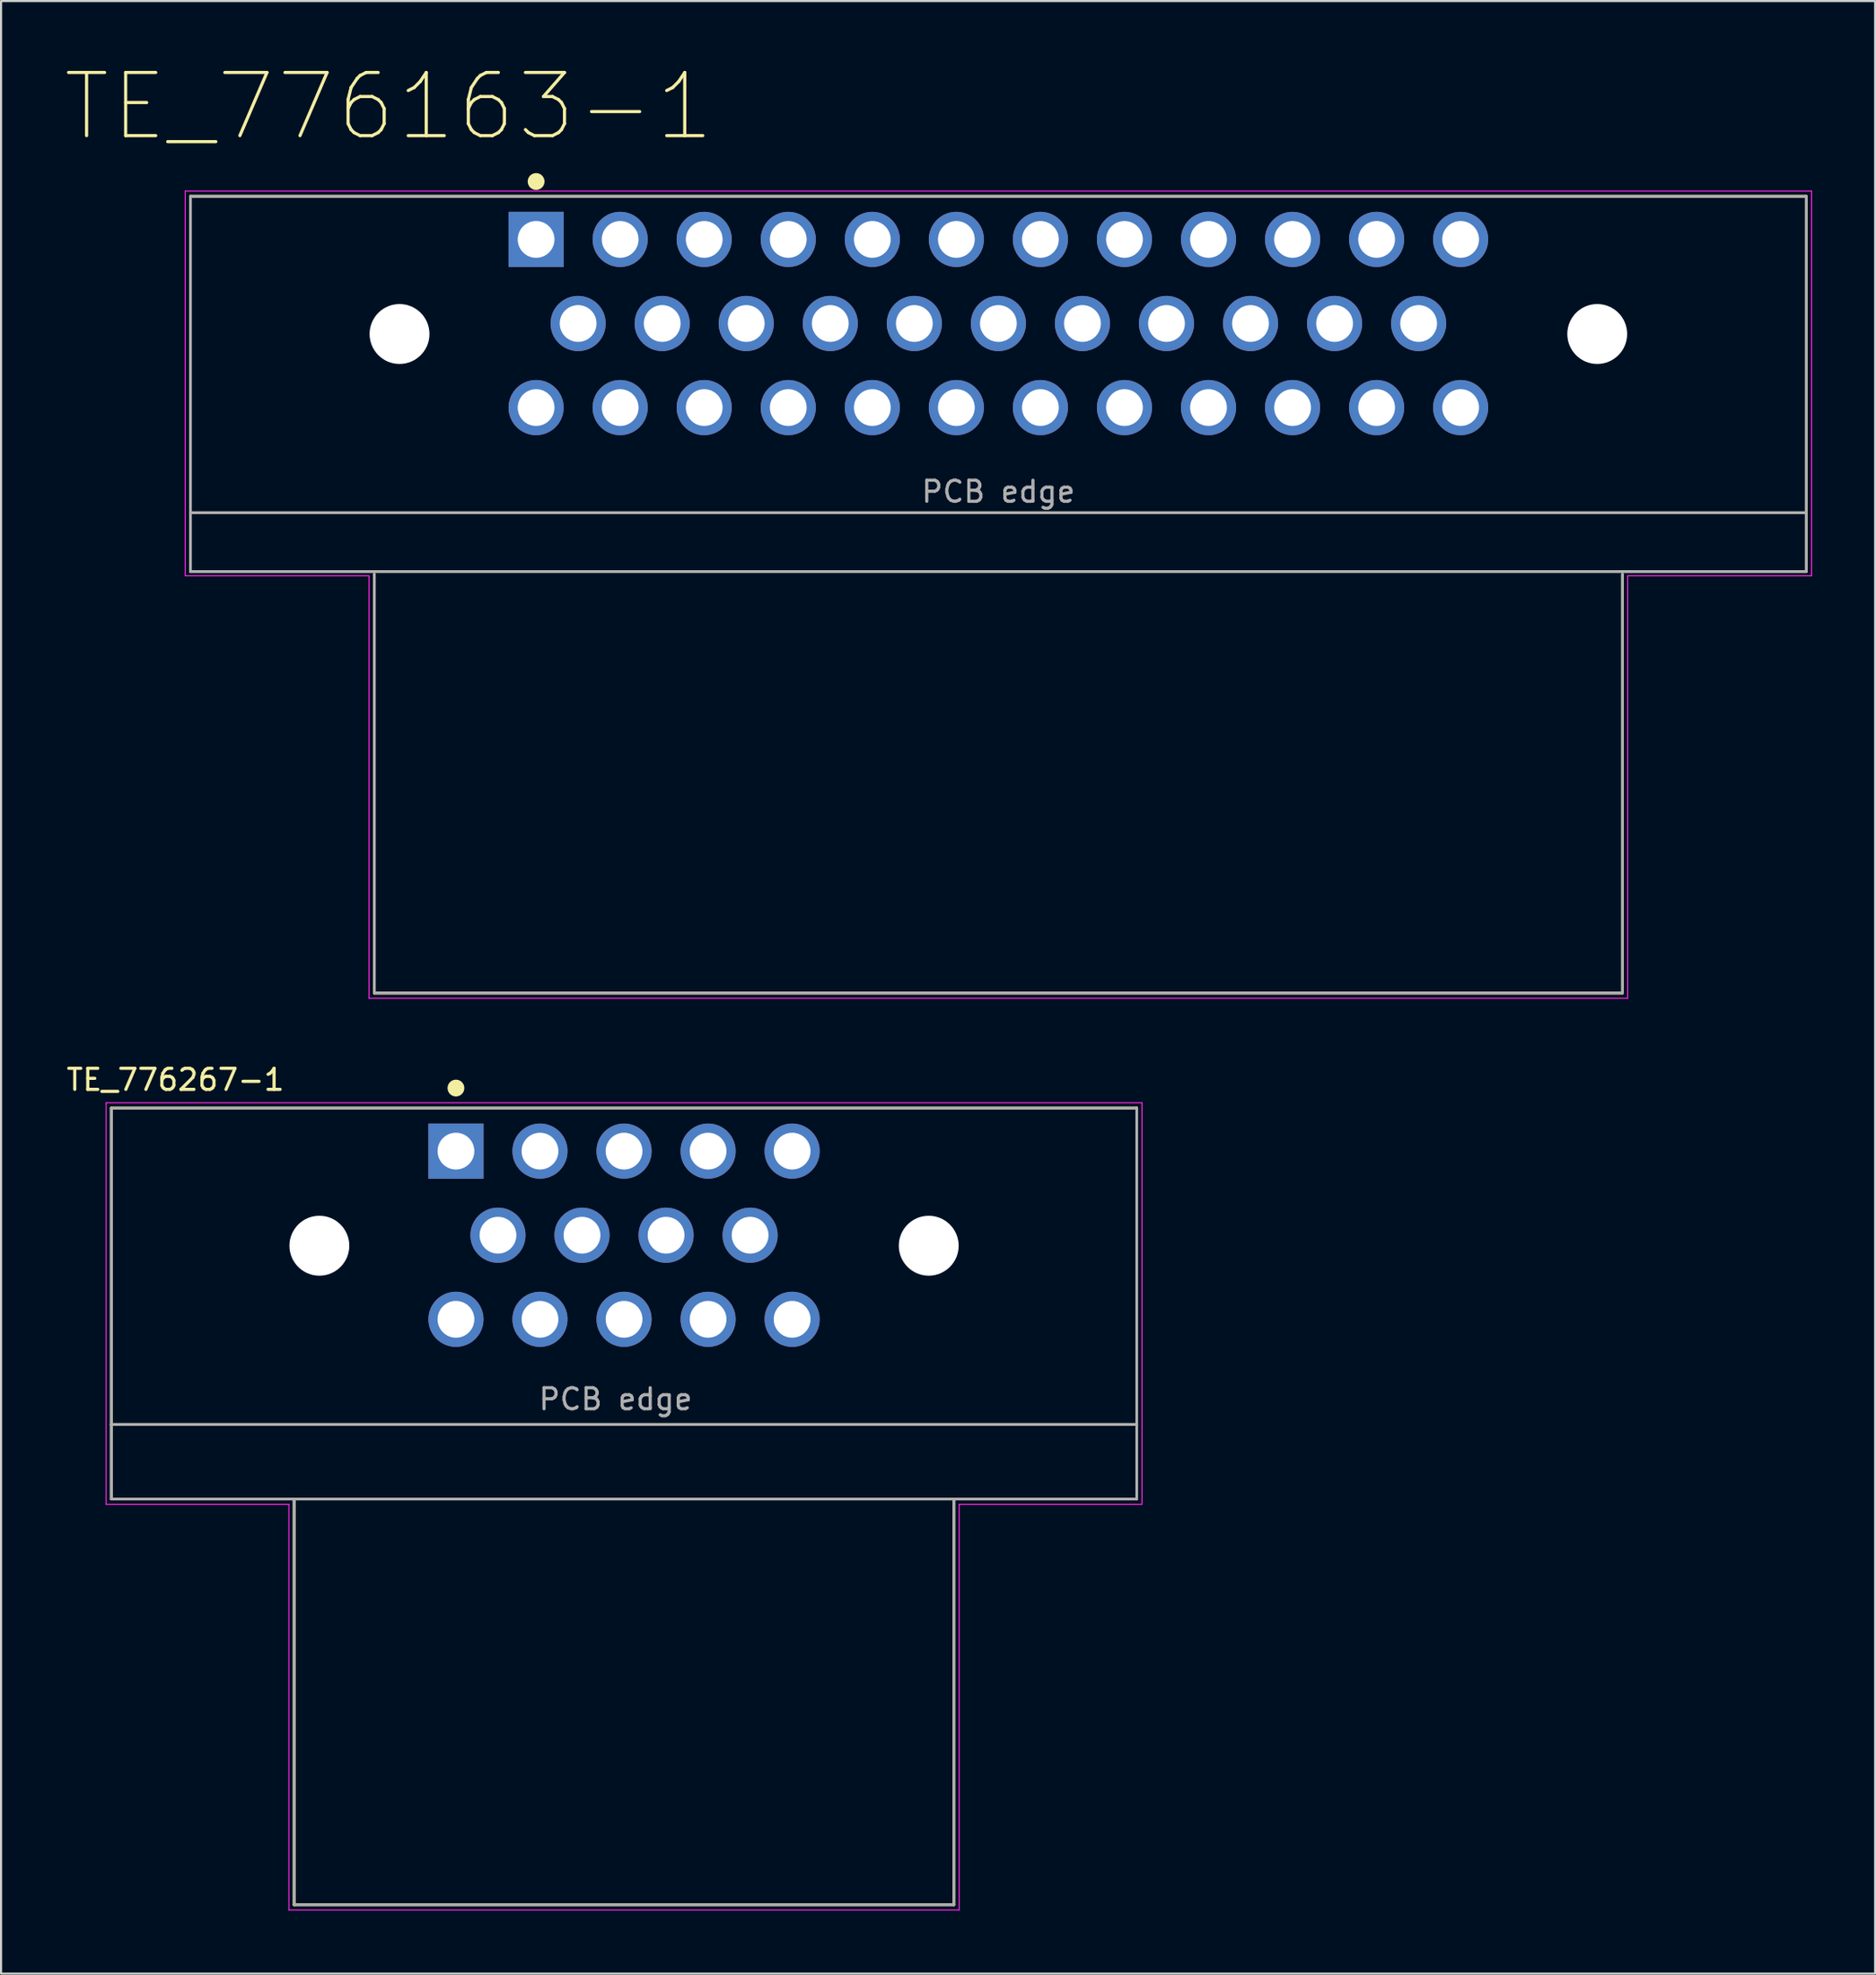
<source format=kicad_pcb>
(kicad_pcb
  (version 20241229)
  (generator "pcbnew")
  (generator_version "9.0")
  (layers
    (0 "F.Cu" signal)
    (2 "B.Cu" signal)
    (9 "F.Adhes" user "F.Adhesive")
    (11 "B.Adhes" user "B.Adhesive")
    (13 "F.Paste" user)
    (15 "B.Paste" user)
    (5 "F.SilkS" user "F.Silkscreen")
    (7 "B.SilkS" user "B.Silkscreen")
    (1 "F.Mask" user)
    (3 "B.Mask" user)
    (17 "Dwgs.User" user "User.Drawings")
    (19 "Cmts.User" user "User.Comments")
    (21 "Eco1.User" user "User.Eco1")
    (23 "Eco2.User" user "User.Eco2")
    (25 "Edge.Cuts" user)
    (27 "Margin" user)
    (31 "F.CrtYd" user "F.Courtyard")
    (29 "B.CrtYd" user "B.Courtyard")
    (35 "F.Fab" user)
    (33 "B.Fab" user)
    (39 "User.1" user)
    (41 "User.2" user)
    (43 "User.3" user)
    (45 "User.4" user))
  (footprint "TE_776163-1"
    (layer "F.Cu")
    (at 44.464 12.838)
    (property "Reference" "TE_776163-1" (at -29.017 -10.818 0) (layer "F.SilkS") (effects (font (size 3.004 3.004) (thickness 0.15))))
    (attr through_hole)
    (fp_line (start -38.45 -6.55) (end 38.45 -6.55) (stroke (width 0.127) (type solid)) (layer "F.SilkS"))
    (fp_line (start -38.45 11.3) (end -38.45 -6.55) (stroke (width 0.127) (type solid)) (layer "F.SilkS"))
    (fp_line (start -38.4 8.5) (end 38.4 8.5) (stroke (width 0.127) (type solid)) (layer "F.SilkS"))
    (fp_line (start -29.7 11.43) (end -29.7 31.35) (stroke (width 0.127) (type solid)) (layer "F.SilkS"))
    (fp_line (start -29.7 31.35) (end 29.7 31.35) (stroke (width 0.127) (type solid)) (layer "F.SilkS"))
    (fp_line (start 29.7 31.35) (end 29.7 11.43) (stroke (width 0.127) (type solid)) (layer "F.SilkS"))
    (fp_line (start 38.45 -6.55) (end 38.45 11.3) (stroke (width 0.127) (type solid)) (layer "F.SilkS"))
    (fp_line (start 38.45 11.3) (end -38.45 11.3) (stroke (width 0.127) (type solid)) (layer "F.SilkS"))
    (fp_circle (center -22 -7.254) (end -21.8 -7.254) (stroke (width 0.4) (type solid)) (fill no) (layer "F.SilkS"))
    (fp_line (start -38.7 -6.8) (end -38.7 11.5) (stroke (width 0.05) (type solid)) (layer "F.CrtYd"))
    (fp_line (start -38.7 11.5) (end -29.95 11.5) (stroke (width 0.05) (type solid)) (layer "F.CrtYd"))
    (fp_line (start -29.95 11.5) (end -29.95 31.6) (stroke (width 0.05) (type solid)) (layer "F.CrtYd"))
    (fp_line (start -29.95 31.6) (end 29.95 31.6) (stroke (width 0.05) (type solid)) (layer "F.CrtYd"))
    (fp_line (start 29.95 11.5) (end 38.7 11.5) (stroke (width 0.05) (type solid)) (layer "F.CrtYd"))
    (fp_line (start 29.95 31.6) (end 29.95 11.5) (stroke (width 0.05) (type solid)) (layer "F.CrtYd"))
    (fp_line (start 38.7 -6.8) (end -38.7 -6.8) (stroke (width 0.05) (type solid)) (layer "F.CrtYd"))
    (fp_line (start 38.7 11.5) (end 38.7 -6.8) (stroke (width 0.05) (type solid)) (layer "F.CrtYd"))
    (fp_line (start -38.45 -6.55) (end -38.45 11.3) (stroke (width 0.127) (type solid)) (layer "F.Fab"))
    (fp_line (start -38.45 11.3) (end 38.45 11.3) (stroke (width 0.127) (type solid)) (layer "F.Fab"))
    (fp_line (start -38.4 8.5) (end 38.4 8.5) (stroke (width 0.127) (type solid)) (layer "F.Fab"))
    (fp_line (start -29.7 11.43) (end -29.7 31.35) (stroke (width 0.127) (type solid)) (layer "F.Fab"))
    (fp_line (start -29.7 31.35) (end 29.7 31.35) (stroke (width 0.127) (type solid)) (layer "F.Fab"))
    (fp_line (start 29.7 31.35) (end 29.7 11.43) (stroke (width 0.127) (type solid)) (layer "F.Fab"))
    (fp_line (start 38.45 -6.55) (end -38.45 -6.55) (stroke (width 0.127) (type solid)) (layer "F.Fab"))
    (fp_line (start 38.45 11.3) (end 38.45 -6.55) (stroke (width 0.127) (type solid)) (layer "F.Fab"))
    (fp_text user "PCB edge" (at 0 7.5 0) (layer "F.Fab") (effects (font (size 1.001 1.001) (thickness 0.15))))
    (pad "" np_thru_hole circle (at -28.5 0) (size 2.85 2.85) (drill 2.85) (layers "*.Cu" "*.Mask"))
    (pad "" np_thru_hole circle (at 28.5 0) (size 2.85 2.85) (drill 2.85) (layers "*.Cu" "*.Mask"))
    (pad "1" thru_hole rect (at -22 -4.5) (size 2.625 2.625) (drill 1.75) (layers "*.Cu" "*.Mask"))
    (pad "2" thru_hole circle (at -18 -4.5) (size 2.625 2.625) (drill 1.75) (layers "*.Cu" "*.Mask"))
    (pad "3" thru_hole circle (at -14 -4.5) (size 2.625 2.625) (drill 1.75) (layers "*.Cu" "*.Mask"))
    (pad "4" thru_hole circle (at -10 -4.5) (size 2.625 2.625) (drill 1.75) (layers "*.Cu" "*.Mask"))
    (pad "5" thru_hole circle (at -6 -4.5) (size 2.625 2.625) (drill 1.75) (layers "*.Cu" "*.Mask"))
    (pad "6" thru_hole circle (at -2 -4.5) (size 2.625 2.625) (drill 1.75) (layers "*.Cu" "*.Mask"))
    (pad "7" thru_hole circle (at 2 -4.5) (size 2.625 2.625) (drill 1.75) (layers "*.Cu" "*.Mask"))
    (pad "8" thru_hole circle (at 6 -4.5) (size 2.625 2.625) (drill 1.75) (layers "*.Cu" "*.Mask"))
    (pad "9" thru_hole circle (at 10 -4.5) (size 2.625 2.625) (drill 1.75) (layers "*.Cu" "*.Mask"))
    (pad "10" thru_hole circle (at 14 -4.5) (size 2.625 2.625) (drill 1.75) (layers "*.Cu" "*.Mask"))
    (pad "11" thru_hole circle (at 18 -4.5) (size 2.625 2.625) (drill 1.75) (layers "*.Cu" "*.Mask"))
    (pad "12" thru_hole circle (at 22 -4.5) (size 2.625 2.625) (drill 1.75) (layers "*.Cu" "*.Mask"))
    (pad "13" thru_hole circle (at -20 -0.5) (size 2.625 2.625) (drill 1.75) (layers "*.Cu" "*.Mask"))
    (pad "14" thru_hole circle (at -16 -0.5) (size 2.625 2.625) (drill 1.75) (layers "*.Cu" "*.Mask"))
    (pad "15" thru_hole circle (at -12 -0.5) (size 2.625 2.625) (drill 1.75) (layers "*.Cu" "*.Mask"))
    (pad "16" thru_hole circle (at -8 -0.5) (size 2.625 2.625) (drill 1.75) (layers "*.Cu" "*.Mask"))
    (pad "17" thru_hole circle (at -4 -0.5) (size 2.625 2.625) (drill 1.75) (layers "*.Cu" "*.Mask"))
    (pad "18" thru_hole circle (at 0 -0.5) (size 2.625 2.625) (drill 1.75) (layers "*.Cu" "*.Mask"))
    (pad "19" thru_hole circle (at 4 -0.5) (size 2.625 2.625) (drill 1.75) (layers "*.Cu" "*.Mask"))
    (pad "20" thru_hole circle (at 8 -0.5) (size 2.625 2.625) (drill 1.75) (layers "*.Cu" "*.Mask"))
    (pad "21" thru_hole circle (at 12 -0.5) (size 2.625 2.625) (drill 1.75) (layers "*.Cu" "*.Mask"))
    (pad "22" thru_hole circle (at 16 -0.5) (size 2.625 2.625) (drill 1.75) (layers "*.Cu" "*.Mask"))
    (pad "23" thru_hole circle (at 20 -0.5) (size 2.625 2.625) (drill 1.75) (layers "*.Cu" "*.Mask"))
    (pad "24" thru_hole circle (at -22 3.5) (size 2.625 2.625) (drill 1.75) (layers "*.Cu" "*.Mask"))
    (pad "25" thru_hole circle (at -18 3.5) (size 2.625 2.625) (drill 1.75) (layers "*.Cu" "*.Mask"))
    (pad "26" thru_hole circle (at -14 3.5) (size 2.625 2.625) (drill 1.75) (layers "*.Cu" "*.Mask"))
    (pad "27" thru_hole circle (at -10 3.5) (size 2.625 2.625) (drill 1.75) (layers "*.Cu" "*.Mask"))
    (pad "28" thru_hole circle (at -6 3.5) (size 2.625 2.625) (drill 1.75) (layers "*.Cu" "*.Mask"))
    (pad "29" thru_hole circle (at -2 3.5) (size 2.625 2.625) (drill 1.75) (layers "*.Cu" "*.Mask"))
    (pad "30" thru_hole circle (at 2 3.5) (size 2.625 2.625) (drill 1.75) (layers "*.Cu" "*.Mask"))
    (pad "31" thru_hole circle (at 6 3.5) (size 2.625 2.625) (drill 1.75) (layers "*.Cu" "*.Mask"))
    (pad "32" thru_hole circle (at 10 3.5) (size 2.625 2.625) (drill 1.75) (layers "*.Cu" "*.Mask"))
    (pad "33" thru_hole circle (at 14 3.5) (size 2.625 2.625) (drill 1.75) (layers "*.Cu" "*.Mask"))
    (pad "34" thru_hole circle (at 18 3.5) (size 2.625 2.625) (drill 1.75) (layers "*.Cu" "*.Mask"))
    (pad "35" thru_hole circle (at 22 3.5) (size 2.625 2.625) (drill 1.75) (layers "*.Cu" "*.Mask")))
  (footprint "TE_776267-1"
    (layer "F.Cu")
    (at 26.649 55.707)
    (property "Reference" "TE_776267-1" (at -21.351 -7.394 0) (layer "F.SilkS") (effects (font (size 1.001 1.001) (thickness 0.15))))
    (attr through_hole)
    (fp_line (start -24.4 -6.05) (end -24.4 9) (stroke (width 0.127) (type solid)) (layer "F.SilkS"))
    (fp_line (start -24.4 -6.05) (end 24.4 -6.05) (stroke (width 0.127) (type solid)) (layer "F.SilkS"))
    (fp_line (start -24.4 9) (end 24.4 9) (stroke (width 0.127) (type solid)) (layer "F.SilkS"))
    (fp_line (start -24.4 12.55) (end -24.4 9) (stroke (width 0.127) (type solid)) (layer "F.SilkS"))
    (fp_line (start -24.4 12.55) (end -15.7 12.55) (stroke (width 0.127) (type solid)) (layer "F.SilkS"))
    (fp_line (start -15.7 12.55) (end -15.7 31.85) (stroke (width 0.127) (type solid)) (layer "F.SilkS"))
    (fp_line (start -15.7 12.55) (end 15.7 12.55) (stroke (width 0.127) (type solid)) (layer "F.SilkS"))
    (fp_line (start -15.7 31.85) (end 15.7 31.85) (stroke (width 0.127) (type solid)) (layer "F.SilkS"))
    (fp_line (start 15.7 12.55) (end 24.4 12.55) (stroke (width 0.127) (type solid)) (layer "F.SilkS"))
    (fp_line (start 15.7 31.85) (end 15.7 12.55) (stroke (width 0.127) (type solid)) (layer "F.SilkS"))
    (fp_line (start 24.4 9) (end 24.4 -6.05) (stroke (width 0.127) (type solid)) (layer "F.SilkS"))
    (fp_line (start 24.4 9) (end 24.4 12.55) (stroke (width 0.127) (type solid)) (layer "F.SilkS"))
    (fp_circle (center -8 -7) (end -7.8 -7) (stroke (width 0.4) (type solid)) (fill no) (layer "F.SilkS"))
    (fp_line (start -24.65 -6.3) (end 24.65 -6.3) (stroke (width 0.05) (type solid)) (layer "F.CrtYd"))
    (fp_line (start -24.65 12.8) (end -24.65 -6.3) (stroke (width 0.05) (type solid)) (layer "F.CrtYd"))
    (fp_line (start -15.95 12.8) (end -24.65 12.8) (stroke (width 0.05) (type solid)) (layer "F.CrtYd"))
    (fp_line (start -15.95 32.1) (end -15.95 12.8) (stroke (width 0.05) (type solid)) (layer "F.CrtYd"))
    (fp_line (start 15.95 12.8) (end 15.95 32.1) (stroke (width 0.05) (type solid)) (layer "F.CrtYd"))
    (fp_line (start 15.95 32.1) (end -15.95 32.1) (stroke (width 0.05) (type solid)) (layer "F.CrtYd"))
    (fp_line (start 24.65 -6.3) (end 24.65 12.8) (stroke (width 0.05) (type solid)) (layer "F.CrtYd"))
    (fp_line (start 24.65 12.8) (end 15.95 12.8) (stroke (width 0.05) (type solid)) (layer "F.CrtYd"))
    (fp_line (start -24.4 -6.05) (end -24.4 9) (stroke (width 0.127) (type solid)) (layer "F.Fab"))
    (fp_line (start -24.4 9) (end 24.4 9) (stroke (width 0.127) (type solid)) (layer "F.Fab"))
    (fp_line (start -24.4 12.55) (end -24.4 9) (stroke (width 0.127) (type solid)) (layer "F.Fab"))
    (fp_line (start -24.4 12.55) (end -15.7 12.55) (stroke (width 0.127) (type solid)) (layer "F.Fab"))
    (fp_line (start -15.7 12.55) (end -15.7 31.85) (stroke (width 0.127) (type solid)) (layer "F.Fab"))
    (fp_line (start -15.7 12.55) (end 15.7 12.55) (stroke (width 0.127) (type solid)) (layer "F.Fab"))
    (fp_line (start -15.7 31.85) (end 15.7 31.85) (stroke (width 0.127) (type solid)) (layer "F.Fab"))
    (fp_line (start 15.7 12.55) (end 24.4 12.55) (stroke (width 0.127) (type solid)) (layer "F.Fab"))
    (fp_line (start 15.7 31.85) (end 15.7 12.55) (stroke (width 0.127) (type solid)) (layer "F.Fab"))
    (fp_line (start 24.4 -6.05) (end -24.4 -6.05) (stroke (width 0.127) (type solid)) (layer "F.Fab"))
    (fp_line (start 24.4 9) (end 24.4 -6.05) (stroke (width 0.127) (type solid)) (layer "F.Fab"))
    (fp_line (start 24.4 9) (end 24.4 12.55) (stroke (width 0.127) (type solid)) (layer "F.Fab"))
    (fp_circle (center -8 -4) (end -7.8 -4) (stroke (width 0.4) (type solid)) (fill no) (layer "F.Fab"))
    (fp_text user "PCB edge" (at -0.4 7.8 0) (layer "F.Fab") (effects (font (size 1.001 1.001) (thickness 0.15))))
    (pad "" np_thru_hole circle (at -14.5 0.5) (size 2.85 2.85) (drill 2.85) (layers "*.Cu" "*.Mask"))
    (pad "" np_thru_hole circle (at 14.5 0.5) (size 2.85 2.85) (drill 2.85) (layers "*.Cu" "*.Mask"))
    (pad "1" thru_hole rect (at -8 -4) (size 2.625 2.625) (drill 1.75) (layers "*.Cu" "*.Mask"))
    (pad "2" thru_hole circle (at -4 -4) (size 2.625 2.625) (drill 1.75) (layers "*.Cu" "*.Mask"))
    (pad "3" thru_hole circle (at 0 -4) (size 2.625 2.625) (drill 1.75) (layers "*.Cu" "*.Mask"))
    (pad "4" thru_hole circle (at 4 -4) (size 2.625 2.625) (drill 1.75) (layers "*.Cu" "*.Mask"))
    (pad "5" thru_hole circle (at 8 -4) (size 2.625 2.625) (drill 1.75) (layers "*.Cu" "*.Mask"))
    (pad "6" thru_hole circle (at -6 0) (size 2.625 2.625) (drill 1.75) (layers "*.Cu" "*.Mask"))
    (pad "7" thru_hole circle (at -2 0) (size 2.625 2.625) (drill 1.75) (layers "*.Cu" "*.Mask"))
    (pad "8" thru_hole circle (at 2 0) (size 2.625 2.625) (drill 1.75) (layers "*.Cu" "*.Mask"))
    (pad "9" thru_hole circle (at 6 0) (size 2.625 2.625) (drill 1.75) (layers "*.Cu" "*.Mask"))
    (pad "10" thru_hole circle (at -8 4) (size 2.625 2.625) (drill 1.75) (layers "*.Cu" "*.Mask"))
    (pad "11" thru_hole circle (at -4 4) (size 2.625 2.625) (drill 1.75) (layers "*.Cu" "*.Mask"))
    (pad "12" thru_hole circle (at 0 4) (size 2.625 2.625) (drill 1.75) (layers "*.Cu" "*.Mask"))
    (pad "13" thru_hole circle (at 4 4) (size 2.625 2.625) (drill 1.75) (layers "*.Cu" "*.Mask"))
    (pad "14" thru_hole circle (at 8 4) (size 2.625 2.625) (drill 1.75) (layers "*.Cu" "*.Mask")))
  (gr_rect
    (start -3 -3)
    (end 86.189 90.832)
    (stroke (width 0.1) (type default))
    (fill no)
    (layer "Edge.Cuts")))
</source>
